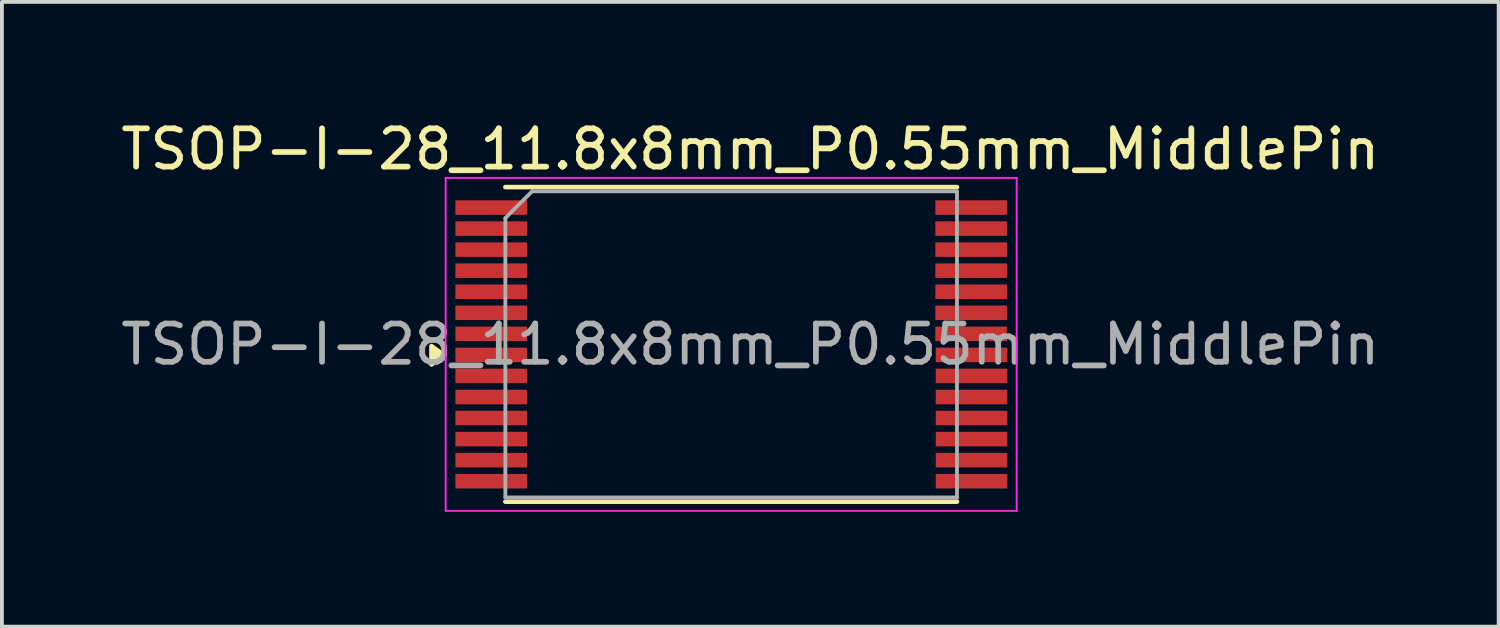
<source format=kicad_pcb>
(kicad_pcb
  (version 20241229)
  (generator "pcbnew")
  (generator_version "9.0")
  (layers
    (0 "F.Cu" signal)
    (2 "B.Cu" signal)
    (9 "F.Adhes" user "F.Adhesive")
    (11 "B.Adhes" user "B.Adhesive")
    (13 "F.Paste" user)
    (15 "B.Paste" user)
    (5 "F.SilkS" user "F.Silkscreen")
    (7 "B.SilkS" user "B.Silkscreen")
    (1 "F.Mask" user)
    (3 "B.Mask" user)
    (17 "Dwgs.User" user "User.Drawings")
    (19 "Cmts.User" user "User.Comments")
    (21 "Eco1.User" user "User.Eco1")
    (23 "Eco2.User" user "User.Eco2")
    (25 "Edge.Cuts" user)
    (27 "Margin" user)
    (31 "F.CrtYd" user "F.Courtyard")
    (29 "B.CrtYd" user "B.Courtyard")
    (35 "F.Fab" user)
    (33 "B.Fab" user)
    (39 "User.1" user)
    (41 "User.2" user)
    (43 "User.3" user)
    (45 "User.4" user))
  (footprint "TSOP-I-28_11.8x8mm_P0.55mm_MiddlePin"
    (layer "F.Cu")
    (at 15.834 6.223)
    (property "Reference" "TSOP-I-28_11.8x8mm_P0.55mm_MiddlePin" (at 0.72 -5.375 0) (layer "F.SilkS") (effects (font (size 1 1) (thickness 0.15))))
    (attr smd)
    (fp_line (start -5.68 -4.385) (end 6.12 -4.385) (stroke (width 0.12) (type solid)) (layer "F.SilkS"))
    (fp_line (start -5.68 3.835) (end 6.12 3.835) (stroke (width 0.12) (type solid)) (layer "F.SilkS"))
    (fp_poly (pts (xy -7.28 0.01) (xy -7.61 -0.23) (xy -7.61 0.25) (xy -7.28 0.01)) (stroke (width 0.12) (type solid)) (fill yes) (layer "F.SilkS"))
    (fp_line (start -7.24 -4.625) (end -7.24 4.075) (stroke (width 0.05) (type solid)) (layer "F.CrtYd"))
    (fp_line (start -7.24 -4.625) (end 7.68 -4.625) (stroke (width 0.05) (type solid)) (layer "F.CrtYd"))
    (fp_line (start 7.68 4.075) (end -7.24 4.075) (stroke (width 0.05) (type solid)) (layer "F.CrtYd"))
    (fp_line (start 7.68 4.075) (end 7.68 -4.625) (stroke (width 0.05) (type solid)) (layer "F.CrtYd"))
    (fp_line (start -5.68 -3.575) (end -5.68 3.725) (stroke (width 0.1) (type solid)) (layer "F.Fab"))
    (fp_line (start -5.68 -3.575) (end -4.98 -4.275) (stroke (width 0.1) (type solid)) (layer "F.Fab"))
    (fp_line (start 6.12 -4.275) (end -4.98 -4.275) (stroke (width 0.1) (type solid)) (layer "F.Fab"))
    (fp_line (start 6.12 -4.275) (end 6.12 3.725) (stroke (width 0.1) (type solid)) (layer "F.Fab"))
    (fp_line (start 6.12 3.725) (end -5.68 3.725) (stroke (width 0.1) (type solid)) (layer "F.Fab"))
    (fp_text user "${REFERENCE}" (at 0.72 -0.275 0) (layer "F.Fab") (effects (font (size 1 1) (thickness 0.15))))
    (pad "1" smd rect (at -6.05 0) (size 1.87 0.38) (layers "F.Cu" "F.Mask" "F.Paste"))
    (pad "2" smd rect (at -6.05 0.55) (size 1.87 0.38) (layers "F.Cu" "F.Mask" "F.Paste"))
    (pad "3" smd rect (at -6.05 1.1) (size 1.87 0.38) (layers "F.Cu" "F.Mask" "F.Paste"))
    (pad "4" smd rect (at -6.05 1.65) (size 1.87 0.38) (layers "F.Cu" "F.Mask" "F.Paste"))
    (pad "5" smd rect (at -6.05 2.2) (size 1.87 0.38) (layers "F.Cu" "F.Mask" "F.Paste"))
    (pad "6" smd rect (at -6.05 2.75) (size 1.87 0.38) (layers "F.Cu" "F.Mask" "F.Paste"))
    (pad "7" smd rect (at -6.05 3.3) (size 1.87 0.38) (layers "F.Cu" "F.Mask" "F.Paste"))
    (pad "8" smd rect (at 6.5 3.3 180) (size 1.87 0.38) (layers "F.Cu" "F.Mask" "F.Paste"))
    (pad "9" smd rect (at 6.5 2.75 180) (size 1.87 0.38) (layers "F.Cu" "F.Mask" "F.Paste"))
    (pad "10" smd rect (at 6.5 2.2 180) (size 1.87 0.38) (layers "F.Cu" "F.Mask" "F.Paste"))
    (pad "11" smd rect (at 6.5 1.65 180) (size 1.87 0.38) (layers "F.Cu" "F.Mask" "F.Paste"))
    (pad "12" smd rect (at 6.5 1.1 180) (size 1.87 0.38) (layers "F.Cu" "F.Mask" "F.Paste"))
    (pad "13" smd rect (at 6.5 0.55 180) (size 1.87 0.38) (layers "F.Cu" "F.Mask" "F.Paste"))
    (pad "14" smd rect (at 6.5 0 180) (size 1.87 0.38) (layers "F.Cu" "F.Mask" "F.Paste"))
    (pad "15" smd rect (at 6.49 -0.55) (size 1.87 0.38) (layers "F.Cu" "F.Mask" "F.Paste"))
    (pad "16" smd rect (at 6.49 -1.1) (size 1.87 0.38) (layers "F.Cu" "F.Mask" "F.Paste"))
    (pad "17" smd rect (at 6.49 -1.65) (size 1.87 0.38) (layers "F.Cu" "F.Mask" "F.Paste"))
    (pad "18" smd rect (at 6.49 -2.2) (size 1.87 0.38) (layers "F.Cu" "F.Mask" "F.Paste"))
    (pad "19" smd rect (at 6.49 -2.75) (size 1.87 0.38) (layers "F.Cu" "F.Mask" "F.Paste"))
    (pad "20" smd rect (at 6.49 -3.3) (size 1.87 0.38) (layers "F.Cu" "F.Mask" "F.Paste"))
    (pad "21" smd rect (at 6.49 -3.85) (size 1.87 0.38) (layers "F.Cu" "F.Mask" "F.Paste"))
    (pad "22" smd rect (at -6.05 -3.85 180) (size 1.87 0.38) (layers "F.Cu" "F.Mask" "F.Paste"))
    (pad "23" smd rect (at -6.05 -3.3 180) (size 1.87 0.38) (layers "F.Cu" "F.Mask" "F.Paste"))
    (pad "24" smd rect (at -6.05 -2.75 180) (size 1.87 0.38) (layers "F.Cu" "F.Mask" "F.Paste"))
    (pad "25" smd rect (at -6.05 -2.2 180) (size 1.87 0.38) (layers "F.Cu" "F.Mask" "F.Paste"))
    (pad "26" smd rect (at -6.05 -1.65 180) (size 1.87 0.38) (layers "F.Cu" "F.Mask" "F.Paste"))
    (pad "27" smd rect (at -6.05 -1.1 180) (size 1.87 0.38) (layers "F.Cu" "F.Mask" "F.Paste"))
    (pad "28" smd rect (at -6.05 -0.55 180) (size 1.87 0.38) (layers "F.Cu" "F.Mask" "F.Paste")))
  (gr_rect
    (start -3 -3)
    (end 36.107 13.323)
    (stroke (width 0.1) (type default))
    (fill no)
    (layer "Edge.Cuts")))
</source>
